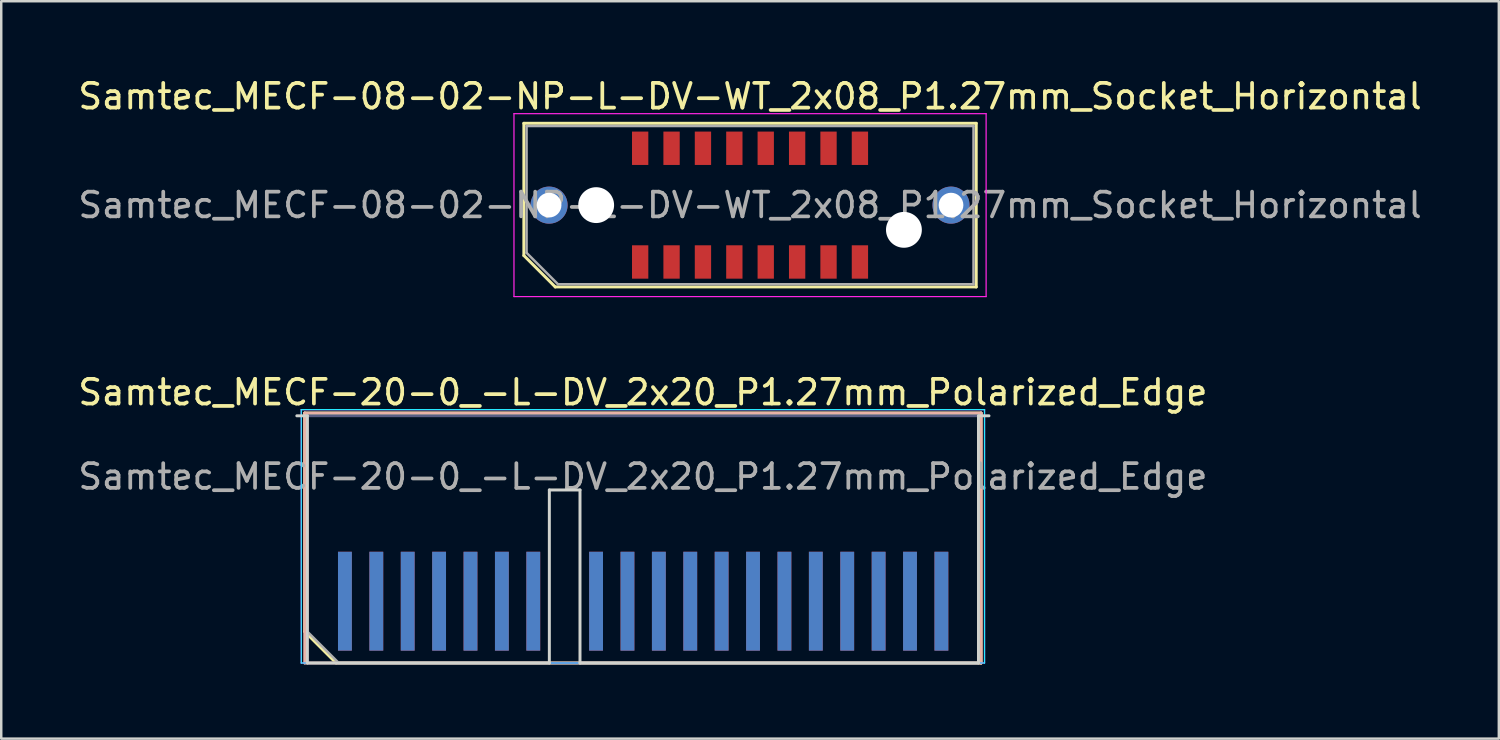
<source format=kicad_pcb>
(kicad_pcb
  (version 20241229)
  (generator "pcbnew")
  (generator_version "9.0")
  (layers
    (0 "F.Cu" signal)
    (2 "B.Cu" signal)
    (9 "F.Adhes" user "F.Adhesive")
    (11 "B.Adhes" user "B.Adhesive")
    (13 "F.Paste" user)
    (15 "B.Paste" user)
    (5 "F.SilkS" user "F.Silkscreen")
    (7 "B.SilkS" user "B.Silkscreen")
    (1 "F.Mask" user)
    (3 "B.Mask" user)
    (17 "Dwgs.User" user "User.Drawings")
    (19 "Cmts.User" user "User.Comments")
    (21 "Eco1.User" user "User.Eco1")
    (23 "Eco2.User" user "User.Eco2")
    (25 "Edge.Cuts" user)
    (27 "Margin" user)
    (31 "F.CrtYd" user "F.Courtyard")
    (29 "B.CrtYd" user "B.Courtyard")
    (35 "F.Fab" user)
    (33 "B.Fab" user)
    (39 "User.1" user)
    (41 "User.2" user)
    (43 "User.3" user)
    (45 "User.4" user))
  (footprint "Samtec_MECF-08-02-NP-L-DV-WT_2x08_P1.27mm_Socket_Horizontal"
    (layer "F.Cu")
    (at 27.292 5.248)
    (property "Reference" "Samtec_MECF-08-02-NP-L-DV-WT_2x08_P1.27mm_Socket_Horizontal" (at 0 -4.4 0) (layer "F.SilkS") (effects (font (size 1 1) (thickness 0.15))))
    (attr smd)
    (fp_line (start -9.15 -3.31) (end 9.15 -3.31) (stroke (width 0.12) (type solid)) (layer "F.SilkS"))
    (fp_line (start -9.15 2.04) (end -9.15 -3.31) (stroke (width 0.12) (type solid)) (layer "F.SilkS"))
    (fp_line (start -7.88 3.31) (end -9.15 2.04) (stroke (width 0.12) (type solid)) (layer "F.SilkS"))
    (fp_line (start -7.88 3.31) (end 9.15 3.31) (stroke (width 0.12) (type solid)) (layer "F.SilkS"))
    (fp_line (start 9.15 3.31) (end 9.15 -3.31) (stroke (width 0.12) (type solid)) (layer "F.SilkS"))
    (fp_line (start -9.55 -3.7) (end -9.55 3.7) (stroke (width 0.05) (type solid)) (layer "F.CrtYd"))
    (fp_line (start -9.55 3.7) (end 9.55 3.7) (stroke (width 0.05) (type solid)) (layer "F.CrtYd"))
    (fp_line (start 9.55 -3.7) (end -9.55 -3.7) (stroke (width 0.05) (type solid)) (layer "F.CrtYd"))
    (fp_line (start 9.55 3.7) (end 9.55 -3.7) (stroke (width 0.05) (type solid)) (layer "F.CrtYd"))
    (fp_line (start -9.04 -3.2) (end 9.04 -3.2) (stroke (width 0.1) (type solid)) (layer "F.Fab"))
    (fp_line (start -9.04 1.93) (end -9.04 -3.2) (stroke (width 0.1) (type solid)) (layer "F.Fab"))
    (fp_line (start -9.04 1.93) (end -7.77 3.2) (stroke (width 0.1) (type solid)) (layer "F.Fab"))
    (fp_line (start -7.77 3.2) (end 9.04 3.2) (stroke (width 0.1) (type solid)) (layer "F.Fab"))
    (fp_line (start 9.04 3.2) (end 9.04 -3.2) (stroke (width 0.1) (type solid)) (layer "F.Fab"))
    (fp_text user "${REFERENCE}" (at 0 0 0) (layer "F.Fab") (effects (font (size 1 1) (thickness 0.15))))
    (pad "" thru_hole circle (at -8.13 0) (size 1.5 1.5) (drill 1) (layers "*.Cu" "*.Mask"))
    (pad "" np_thru_hole circle (at -6.225 0) (size 1.45 1.45) (drill 1.45) (layers "*.Cu" "*.Mask"))
    (pad "" np_thru_hole circle (at 6.225 1) (size 1.45 1.45) (drill 1.45) (layers "*.Cu" "*.Mask"))
    (pad "" thru_hole circle (at 8.13 0) (size 1.5 1.5) (drill 1) (layers "*.Cu" "*.Mask"))
    (pad "1" smd rect (at -4.445 2.3) (size 0.66 1.35) (layers "F.Cu" "F.Mask" "F.Paste"))
    (pad "2" smd rect (at -4.445 -2.3) (size 0.66 1.35) (layers "F.Cu" "F.Mask" "F.Paste"))
    (pad "3" smd rect (at -3.175 2.3) (size 0.66 1.35) (layers "F.Cu" "F.Mask" "F.Paste"))
    (pad "4" smd rect (at -3.175 -2.3) (size 0.66 1.35) (layers "F.Cu" "F.Mask" "F.Paste"))
    (pad "5" smd rect (at -1.905 2.3) (size 0.66 1.35) (layers "F.Cu" "F.Mask" "F.Paste"))
    (pad "6" smd rect (at -1.905 -2.3) (size 0.66 1.35) (layers "F.Cu" "F.Mask" "F.Paste"))
    (pad "7" smd rect (at -0.635 2.3) (size 0.66 1.35) (layers "F.Cu" "F.Mask" "F.Paste"))
    (pad "8" smd rect (at -0.635 -2.3) (size 0.66 1.35) (layers "F.Cu" "F.Mask" "F.Paste"))
    (pad "9" smd rect (at 0.635 2.3) (size 0.66 1.35) (layers "F.Cu" "F.Mask" "F.Paste"))
    (pad "10" smd rect (at 0.635 -2.3) (size 0.66 1.35) (layers "F.Cu" "F.Mask" "F.Paste"))
    (pad "11" smd rect (at 1.905 2.3) (size 0.66 1.35) (layers "F.Cu" "F.Mask" "F.Paste"))
    (pad "12" smd rect (at 1.905 -2.3) (size 0.66 1.35) (layers "F.Cu" "F.Mask" "F.Paste"))
    (pad "13" smd rect (at 3.175 2.3) (size 0.66 1.35) (layers "F.Cu" "F.Mask" "F.Paste"))
    (pad "14" smd rect (at 3.175 -2.3) (size 0.66 1.35) (layers "F.Cu" "F.Mask" "F.Paste"))
    (pad "15" smd rect (at 4.445 2.3) (size 0.66 1.35) (layers "F.Cu" "F.Mask" "F.Paste"))
    (pad "16" smd rect (at 4.445 -2.3) (size 0.66 1.35) (layers "F.Cu" "F.Mask" "F.Paste")))
  (footprint "Samtec_MECF-20-0_-L-DV_2x20_P1.27mm_Polarized_Edge"
    (layer "F.Cu")
    (at 22.958 18.771)
    (property "Reference" "Samtec_MECF-20-0_-L-DV_2x20_P1.27mm_Polarized_Edge" (at 0 -5.95 0) (layer "F.SilkS") (effects (font (size 1 1) (thickness 0.15))))
    (attr exclude_from_pos_files exclude_from_bom)
    (fp_line (start -13.68 -5.11) (end 13.68 -5.11) (stroke (width 0.12) (type solid)) (layer "F.SilkS"))
    (fp_line (start -13.68 3.73) (end -13.68 -5.11) (stroke (width 0.12) (type solid)) (layer "F.SilkS"))
    (fp_line (start -12.41 5) (end -13.68 3.73) (stroke (width 0.12) (type solid)) (layer "F.SilkS"))
    (fp_line (start -12.41 5) (end 13.68 5) (stroke (width 0.12) (type solid)) (layer "F.SilkS"))
    (fp_line (start 13.68 5) (end 13.68 -5.11) (stroke (width 0.12) (type solid)) (layer "F.SilkS"))
    (fp_line (start -13.68 -5.11) (end 13.68 -5.11) (stroke (width 0.12) (type solid)) (layer "B.SilkS"))
    (fp_line (start -13.68 5) (end -13.68 -5.11) (stroke (width 0.12) (type solid)) (layer "B.SilkS"))
    (fp_line (start -13.68 5) (end 13.68 5) (stroke (width 0.12) (type solid)) (layer "B.SilkS"))
    (fp_line (start 13.68 5) (end 13.68 -5.11) (stroke (width 0.12) (type solid)) (layer "B.SilkS"))
    (fp_line (start -14 -5) (end -13.575 -5) (stroke (width 0.12) (type solid)) (layer "Edge.Cuts"))
    (fp_line (start -13.575 5) (end -13.575 -5) (stroke (width 0.12) (type solid)) (layer "Edge.Cuts"))
    (fp_line (start -13.575 5) (end -3.785 5) (stroke (width 0.12) (type solid)) (layer "Edge.Cuts"))
    (fp_line (start -3.785 -2) (end -2.545 -2) (stroke (width 0.12) (type solid)) (layer "Edge.Cuts"))
    (fp_line (start -3.785 5) (end -3.785 -2) (stroke (width 0.12) (type solid)) (layer "Edge.Cuts"))
    (fp_line (start -2.545 5) (end -2.545 -2) (stroke (width 0.12) (type solid)) (layer "Edge.Cuts"))
    (fp_line (start -2.545 5) (end 13.575 5) (stroke (width 0.12) (type solid)) (layer "Edge.Cuts"))
    (fp_line (start 13.575 5) (end 13.575 -5) (stroke (width 0.12) (type solid)) (layer "Edge.Cuts"))
    (fp_line (start 14 -5) (end 13.575 -5) (stroke (width 0.12) (type solid)) (layer "Edge.Cuts"))
    (fp_line (start -13.82 -5.25) (end -13.82 5) (stroke (width 0.05) (type solid)) (layer "B.CrtYd"))
    (fp_line (start -13.82 5) (end 13.82 5) (stroke (width 0.05) (type solid)) (layer "B.CrtYd"))
    (fp_line (start 13.82 -5.25) (end -13.82 -5.25) (stroke (width 0.05) (type solid)) (layer "B.CrtYd"))
    (fp_line (start 13.82 5) (end 13.82 -5.25) (stroke (width 0.05) (type solid)) (layer "B.CrtYd"))
    (fp_line (start -13.82 -5.25) (end -13.82 5) (stroke (width 0.05) (type solid)) (layer "F.CrtYd"))
    (fp_line (start -13.82 5) (end 13.82 5) (stroke (width 0.05) (type solid)) (layer "F.CrtYd"))
    (fp_line (start 13.82 -5.25) (end -13.82 -5.25) (stroke (width 0.05) (type solid)) (layer "F.CrtYd"))
    (fp_line (start 13.82 5) (end 13.82 -5.25) (stroke (width 0.05) (type solid)) (layer "F.CrtYd"))
    (fp_line (start -13.575 -5) (end 13.575 -5) (stroke (width 0.1) (type solid)) (layer "B.Fab"))
    (fp_line (start -13.575 5) (end -13.575 -5) (stroke (width 0.1) (type solid)) (layer "B.Fab"))
    (fp_line (start -13.575 5) (end 13.575 5) (stroke (width 0.1) (type solid)) (layer "B.Fab"))
    (fp_line (start 13.575 5) (end 13.575 -5) (stroke (width 0.1) (type solid)) (layer "B.Fab"))
    (fp_line (start -13.575 -5) (end 13.575 -5) (stroke (width 0.1) (type solid)) (layer "F.Fab"))
    (fp_line (start -13.575 3.73) (end -13.575 -5) (stroke (width 0.1) (type solid)) (layer "F.Fab"))
    (fp_line (start -13.575 3.73) (end -12.305 5) (stroke (width 0.1) (type solid)) (layer "F.Fab"))
    (fp_line (start -12.305 5) (end 13.575 5) (stroke (width 0.1) (type solid)) (layer "F.Fab"))
    (fp_line (start 13.575 5) (end 13.575 -5) (stroke (width 0.1) (type solid)) (layer "F.Fab"))
    (fp_text user "${REFERENCE}" (at 0 -2.54 0) (layer "F.Fab") (effects (font (size 1 1) (thickness 0.15))))
    (pad "1" connect rect (at -12.055 2.5) (size 0.56 4) (layers "F.Cu" "F.Mask"))
    (pad "2" connect rect (at -12.055 2.5) (size 0.56 4) (layers "B.Cu" "B.Mask"))
    (pad "3" connect rect (at -10.785 2.5) (size 0.56 4) (layers "F.Cu" "F.Mask"))
    (pad "4" connect rect (at -10.785 2.5) (size 0.56 4) (layers "B.Cu" "B.Mask"))
    (pad "5" connect rect (at -9.515 2.5) (size 0.56 4) (layers "F.Cu" "F.Mask"))
    (pad "6" connect rect (at -9.515 2.5) (size 0.56 4) (layers "B.Cu" "B.Mask"))
    (pad "7" connect rect (at -8.245 2.5) (size 0.56 4) (layers "F.Cu" "F.Mask"))
    (pad "8" connect rect (at -8.245 2.5) (size 0.56 4) (layers "B.Cu" "B.Mask"))
    (pad "9" connect rect (at -6.975 2.5) (size 0.56 4) (layers "F.Cu" "F.Mask"))
    (pad "10" connect rect (at -6.975 2.5) (size 0.56 4) (layers "B.Cu" "B.Mask"))
    (pad "11" connect rect (at -5.705 2.5) (size 0.56 4) (layers "F.Cu" "F.Mask"))
    (pad "12" connect rect (at -5.705 2.5) (size 0.56 4) (layers "B.Cu" "B.Mask"))
    (pad "13" connect rect (at -4.435 2.5) (size 0.56 4) (layers "F.Cu" "F.Mask"))
    (pad "14" connect rect (at -4.435 2.5) (size 0.56 4) (layers "B.Cu" "B.Mask"))
    (pad "17" connect rect (at -1.895 2.5) (size 0.56 4) (layers "F.Cu" "F.Mask"))
    (pad "18" connect rect (at -1.895 2.5) (size 0.56 4) (layers "B.Cu" "B.Mask"))
    (pad "19" connect rect (at -0.625 2.5) (size 0.56 4) (layers "F.Cu" "F.Mask"))
    (pad "20" connect rect (at -0.625 2.5) (size 0.56 4) (layers "B.Cu" "B.Mask"))
    (pad "21" connect rect (at 0.645 2.5) (size 0.56 4) (layers "F.Cu" "F.Mask"))
    (pad "22" connect rect (at 0.645 2.5) (size 0.56 4) (layers "B.Cu" "B.Mask"))
    (pad "23" connect rect (at 1.915 2.5) (size 0.56 4) (layers "F.Cu" "F.Mask"))
    (pad "24" connect rect (at 1.915 2.5) (size 0.56 4) (layers "B.Cu" "B.Mask"))
    (pad "25" connect rect (at 3.185 2.5) (size 0.56 4) (layers "F.Cu" "F.Mask"))
    (pad "26" connect rect (at 3.185 2.5) (size 0.56 4) (layers "B.Cu" "B.Mask"))
    (pad "27" connect rect (at 4.455 2.5) (size 0.56 4) (layers "F.Cu" "F.Mask"))
    (pad "28" connect rect (at 4.455 2.5) (size 0.56 4) (layers "B.Cu" "B.Mask"))
    (pad "29" connect rect (at 5.725 2.5) (size 0.56 4) (layers "F.Cu" "F.Mask"))
    (pad "30" connect rect (at 5.725 2.5) (size 0.56 4) (layers "B.Cu" "B.Mask"))
    (pad "31" connect rect (at 6.995 2.5) (size 0.56 4) (layers "F.Cu" "F.Mask"))
    (pad "32" connect rect (at 6.995 2.5) (size 0.56 4) (layers "B.Cu" "B.Mask"))
    (pad "33" connect rect (at 8.265 2.5) (size 0.56 4) (layers "F.Cu" "F.Mask"))
    (pad "34" connect rect (at 8.265 2.5) (size 0.56 4) (layers "B.Cu" "B.Mask"))
    (pad "35" connect rect (at 9.535 2.5) (size 0.56 4) (layers "F.Cu" "F.Mask"))
    (pad "36" connect rect (at 9.535 2.5) (size 0.56 4) (layers "B.Cu" "B.Mask"))
    (pad "37" connect rect (at 10.805 2.5) (size 0.56 4) (layers "F.Cu" "F.Mask"))
    (pad "38" connect rect (at 10.805 2.5) (size 0.56 4) (layers "B.Cu" "B.Mask"))
    (pad "39" connect rect (at 12.075 2.5) (size 0.56 4) (layers "F.Cu" "F.Mask"))
    (pad "40" connect rect (at 12.075 2.5) (size 0.56 4) (layers "B.Cu" "B.Mask")))
  (gr_rect
    (start -3 -3)
    (end 57.583 26.831)
    (stroke (width 0.1) (type default))
    (fill no)
    (layer "Edge.Cuts")))
</source>
